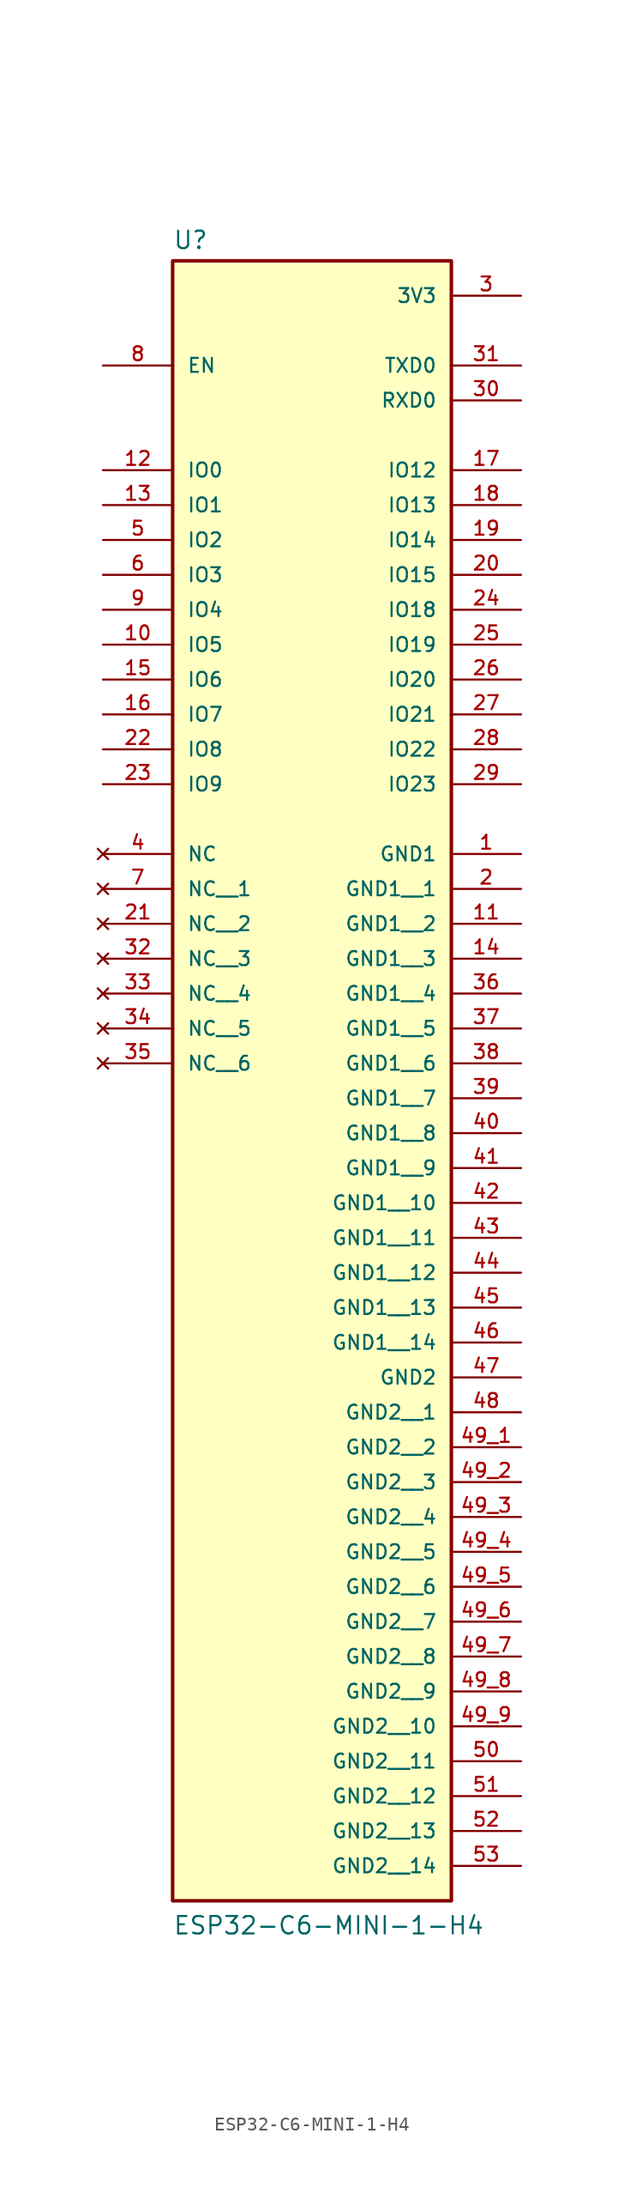
<source format=kicad_sym>
(kicad_symbol_lib
  (version 20211014)
  (generator kicad_symbol_editor)
  (symbol "ESP32-C6-MINI-1-H4"
    (pin_names
      (offset 1.016))
    (property "Reference" "U"
      (at -10.16 23.622 0)
      (effects (font (size 1.27 1.27)) (justify bottom left)))
    (property "Value" "ESP32-C6-MINI-1-H4"
      (at -10.16 -99.06 0)
      (effects (font (size 1.27 1.27)) (justify bottom left)))
    (symbol "ESP32-C6-MINI-1-H4_0_0"
      (rectangle (start -10.16 -96.52) (end 10.16 22.86) (stroke (width 0.254)) (fill (type background)))
      (pin bidirectional line (at -15.24 2.54 0) (length 5.08) (name "IO2" (effects (font (size 1.016 1.016)))) (number "5" (effects (font (size 1.016 1.016)))))
      (pin bidirectional line (at -15.24 0.0 0) (length 5.08) (name "IO3" (effects (font (size 1.016 1.016)))) (number "6" (effects (font (size 1.016 1.016)))))
      (pin bidirectional line (at -15.24 -2.54 0) (length 5.08) (name "IO4" (effects (font (size 1.016 1.016)))) (number "9" (effects (font (size 1.016 1.016)))))
      (pin bidirectional line (at -15.24 -5.08 0) (length 5.08) (name "IO5" (effects (font (size 1.016 1.016)))) (number "10" (effects (font (size 1.016 1.016)))))
      (pin bidirectional line (at -15.24 -7.62 0) (length 5.08) (name "IO6" (effects (font (size 1.016 1.016)))) (number "15" (effects (font (size 1.016 1.016)))))
      (pin bidirectional line (at -15.24 -10.16 0) (length 5.08) (name "IO7" (effects (font (size 1.016 1.016)))) (number "16" (effects (font (size 1.016 1.016)))))
      (pin bidirectional line (at -15.24 -12.7 0) (length 5.08) (name "IO8" (effects (font (size 1.016 1.016)))) (number "22" (effects (font (size 1.016 1.016)))))
      (pin bidirectional line (at -15.24 -15.24 0) (length 5.08) (name "IO9" (effects (font (size 1.016 1.016)))) (number "23" (effects (font (size 1.016 1.016)))))
      (pin bidirectional line (at 15.24 7.62 180.0) (length 5.08) (name "IO12" (effects (font (size 1.016 1.016)))) (number "17" (effects (font (size 1.016 1.016)))))
      (pin bidirectional line (at 15.24 5.08 180.0) (length 5.08) (name "IO13" (effects (font (size 1.016 1.016)))) (number "18" (effects (font (size 1.016 1.016)))))
      (pin bidirectional line (at 15.24 2.54 180.0) (length 5.08) (name "IO14" (effects (font (size 1.016 1.016)))) (number "19" (effects (font (size 1.016 1.016)))))
      (pin bidirectional line (at 15.24 0.0 180.0) (length 5.08) (name "IO15" (effects (font (size 1.016 1.016)))) (number "20" (effects (font (size 1.016 1.016)))))
      (pin bidirectional line (at 15.24 -2.54 180.0) (length 5.08) (name "IO18" (effects (font (size 1.016 1.016)))) (number "24" (effects (font (size 1.016 1.016)))))
      (pin bidirectional line (at 15.24 -5.08 180.0) (length 5.08) (name "IO19" (effects (font (size 1.016 1.016)))) (number "25" (effects (font (size 1.016 1.016)))))
      (pin bidirectional line (at 15.24 -7.62 180.0) (length 5.08) (name "IO20" (effects (font (size 1.016 1.016)))) (number "26" (effects (font (size 1.016 1.016)))))
      (pin bidirectional line (at 15.24 -10.16 180.0) (length 5.08) (name "IO21" (effects (font (size 1.016 1.016)))) (number "27" (effects (font (size 1.016 1.016)))))
      (pin bidirectional line (at 15.24 -12.7 180.0) (length 5.08) (name "IO22" (effects (font (size 1.016 1.016)))) (number "28" (effects (font (size 1.016 1.016)))))
      (pin bidirectional line (at 15.24 -15.24 180.0) (length 5.08) (name "IO23" (effects (font (size 1.016 1.016)))) (number "29" (effects (font (size 1.016 1.016)))))
      (pin input line (at -15.24 15.24 0) (length 5.08) (name "EN" (effects (font (size 1.016 1.016)))) (number "8" (effects (font (size 1.016 1.016)))))
      (pin bidirectional line (at 15.24 15.24 180.0) (length 5.08) (name "TXD0" (effects (font (size 1.016 1.016)))) (number "31" (effects (font (size 1.016 1.016)))))
      (pin bidirectional line (at 15.24 12.7 180.0) (length 5.08) (name "RXD0" (effects (font (size 1.016 1.016)))) (number "30" (effects (font (size 1.016 1.016)))))
      (pin power_in line (at 15.24 20.32 180.0) (length 5.08) (name "3V3" (effects (font (size 1.016 1.016)))) (number "3" (effects (font (size 1.016 1.016)))))
      (pin power_in line (at 15.24 -20.32 180.0) (length 5.08) (name "GND1" (effects (font (size 1.016 1.016)))) (number "1" (effects (font (size 1.016 1.016)))))
      (pin no_connect line (at -15.24 -20.32 0) (length 5.08) (name "NC" (effects (font (size 1.016 1.016)))) (number "4" (effects (font (size 1.016 1.016)))))
      (pin bidirectional line (at -15.24 5.08 0) (length 5.08) (name "IO1" (effects (font (size 1.016 1.016)))) (number "13" (effects (font (size 1.016 1.016)))))
      (pin bidirectional line (at -15.24 7.62 0) (length 5.08) (name "IO0" (effects (font (size 1.016 1.016)))) (number "12" (effects (font (size 1.016 1.016)))))
      (pin power_in line (at 15.24 -58.42 180.0) (length 5.08) (name "GND2" (effects (font (size 1.016 1.016)))) (number "47" (effects (font (size 1.016 1.016)))))
      (pin no_connect line (at -15.24 -22.86 0) (length 5.08) (name "NC__1" (effects (font (size 1.016 1.016)))) (number "7" (effects (font (size 1.016 1.016)))))
      (pin no_connect line (at -15.24 -25.4 0) (length 5.08) (name "NC__2" (effects (font (size 1.016 1.016)))) (number "21" (effects (font (size 1.016 1.016)))))
      (pin no_connect line (at -15.24 -27.94 0) (length 5.08) (name "NC__3" (effects (font (size 1.016 1.016)))) (number "32" (effects (font (size 1.016 1.016)))))
      (pin no_connect line (at -15.24 -30.48 0) (length 5.08) (name "NC__4" (effects (font (size 1.016 1.016)))) (number "33" (effects (font (size 1.016 1.016)))))
      (pin no_connect line (at -15.24 -33.02 0) (length 5.08) (name "NC__5" (effects (font (size 1.016 1.016)))) (number "34" (effects (font (size 1.016 1.016)))))
      (pin no_connect line (at -15.24 -35.56 0) (length 5.08) (name "NC__6" (effects (font (size 1.016 1.016)))) (number "35" (effects (font (size 1.016 1.016)))))
      (pin power_in line (at 15.24 -22.86 180.0) (length 5.08) (name "GND1__1" (effects (font (size 1.016 1.016)))) (number "2" (effects (font (size 1.016 1.016)))))
      (pin power_in line (at 15.24 -25.4 180.0) (length 5.08) (name "GND1__2" (effects (font (size 1.016 1.016)))) (number "11" (effects (font (size 1.016 1.016)))))
      (pin power_in line (at 15.24 -27.94 180.0) (length 5.08) (name "GND1__3" (effects (font (size 1.016 1.016)))) (number "14" (effects (font (size 1.016 1.016)))))
      (pin power_in line (at 15.24 -30.48 180.0) (length 5.08) (name "GND1__4" (effects (font (size 1.016 1.016)))) (number "36" (effects (font (size 1.016 1.016)))))
      (pin power_in line (at 15.24 -33.02 180.0) (length 5.08) (name "GND1__5" (effects (font (size 1.016 1.016)))) (number "37" (effects (font (size 1.016 1.016)))))
      (pin power_in line (at 15.24 -35.56 180.0) (length 5.08) (name "GND1__6" (effects (font (size 1.016 1.016)))) (number "38" (effects (font (size 1.016 1.016)))))
      (pin power_in line (at 15.24 -38.1 180.0) (length 5.08) (name "GND1__7" (effects (font (size 1.016 1.016)))) (number "39" (effects (font (size 1.016 1.016)))))
      (pin power_in line (at 15.24 -40.64 180.0) (length 5.08) (name "GND1__8" (effects (font (size 1.016 1.016)))) (number "40" (effects (font (size 1.016 1.016)))))
      (pin power_in line (at 15.24 -43.18 180.0) (length 5.08) (name "GND1__9" (effects (font (size 1.016 1.016)))) (number "41" (effects (font (size 1.016 1.016)))))
      (pin power_in line (at 15.24 -45.72 180.0) (length 5.08) (name "GND1__10" (effects (font (size 1.016 1.016)))) (number "42" (effects (font (size 1.016 1.016)))))
      (pin power_in line (at 15.24 -48.26 180.0) (length 5.08) (name "GND1__11" (effects (font (size 1.016 1.016)))) (number "43" (effects (font (size 1.016 1.016)))))
      (pin power_in line (at 15.24 -50.8 180.0) (length 5.08) (name "GND1__12" (effects (font (size 1.016 1.016)))) (number "44" (effects (font (size 1.016 1.016)))))
      (pin power_in line (at 15.24 -53.34 180.0) (length 5.08) (name "GND1__13" (effects (font (size 1.016 1.016)))) (number "45" (effects (font (size 1.016 1.016)))))
      (pin power_in line (at 15.24 -55.88 180.0) (length 5.08) (name "GND1__14" (effects (font (size 1.016 1.016)))) (number "46" (effects (font (size 1.016 1.016)))))
      (pin power_in line (at 15.24 -60.96 180.0) (length 5.08) (name "GND2__1" (effects (font (size 1.016 1.016)))) (number "48" (effects (font (size 1.016 1.016)))))
      (pin power_in line (at 15.24 -63.5 180.0) (length 5.08) (name "GND2__2" (effects (font (size 1.016 1.016)))) (number "49_1" (effects (font (size 1.016 1.016)))))
      (pin power_in line (at 15.24 -66.04 180.0) (length 5.08) (name "GND2__3" (effects (font (size 1.016 1.016)))) (number "49_2" (effects (font (size 1.016 1.016)))))
      (pin power_in line (at 15.24 -68.58 180.0) (length 5.08) (name "GND2__4" (effects (font (size 1.016 1.016)))) (number "49_3" (effects (font (size 1.016 1.016)))))
      (pin power_in line (at 15.24 -71.12 180.0) (length 5.08) (name "GND2__5" (effects (font (size 1.016 1.016)))) (number "49_4" (effects (font (size 1.016 1.016)))))
      (pin power_in line (at 15.24 -73.66 180.0) (length 5.08) (name "GND2__6" (effects (font (size 1.016 1.016)))) (number "49_5" (effects (font (size 1.016 1.016)))))
      (pin power_in line (at 15.24 -76.2 180.0) (length 5.08) (name "GND2__7" (effects (font (size 1.016 1.016)))) (number "49_6" (effects (font (size 1.016 1.016)))))
      (pin power_in line (at 15.24 -78.74 180.0) (length 5.08) (name "GND2__8" (effects (font (size 1.016 1.016)))) (number "49_7" (effects (font (size 1.016 1.016)))))
      (pin power_in line (at 15.24 -81.28 180.0) (length 5.08) (name "GND2__9" (effects (font (size 1.016 1.016)))) (number "49_8" (effects (font (size 1.016 1.016)))))
      (pin power_in line (at 15.24 -83.82 180.0) (length 5.08) (name "GND2__10" (effects (font (size 1.016 1.016)))) (number "49_9" (effects (font (size 1.016 1.016)))))
      (pin power_in line (at 15.24 -86.36 180.0) (length 5.08) (name "GND2__11" (effects (font (size 1.016 1.016)))) (number "50" (effects (font (size 1.016 1.016)))))
      (pin power_in line (at 15.24 -88.9 180.0) (length 5.08) (name "GND2__12" (effects (font (size 1.016 1.016)))) (number "51" (effects (font (size 1.016 1.016)))))
      (pin power_in line (at 15.24 -91.44 180.0) (length 5.08) (name "GND2__13" (effects (font (size 1.016 1.016)))) (number "52" (effects (font (size 1.016 1.016)))))
      (pin power_in line (at 15.24 -93.98 180.0) (length 5.08) (name "GND2__14" (effects (font (size 1.016 1.016)))) (number "53" (effects (font (size 1.016 1.016))))))))
</source>
